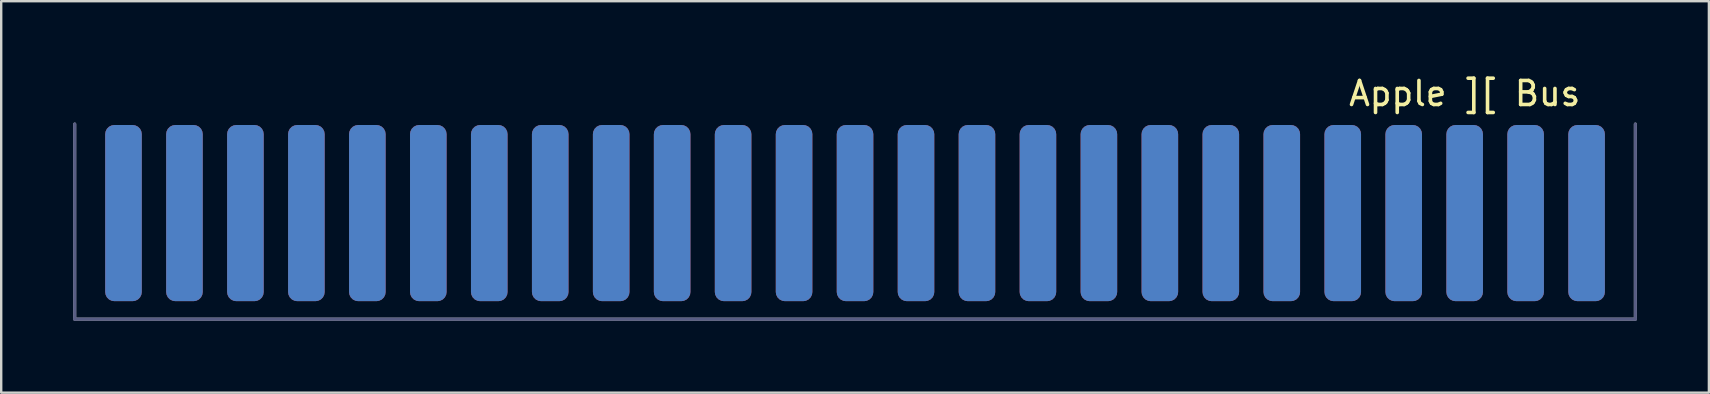
<source format=kicad_pcb>
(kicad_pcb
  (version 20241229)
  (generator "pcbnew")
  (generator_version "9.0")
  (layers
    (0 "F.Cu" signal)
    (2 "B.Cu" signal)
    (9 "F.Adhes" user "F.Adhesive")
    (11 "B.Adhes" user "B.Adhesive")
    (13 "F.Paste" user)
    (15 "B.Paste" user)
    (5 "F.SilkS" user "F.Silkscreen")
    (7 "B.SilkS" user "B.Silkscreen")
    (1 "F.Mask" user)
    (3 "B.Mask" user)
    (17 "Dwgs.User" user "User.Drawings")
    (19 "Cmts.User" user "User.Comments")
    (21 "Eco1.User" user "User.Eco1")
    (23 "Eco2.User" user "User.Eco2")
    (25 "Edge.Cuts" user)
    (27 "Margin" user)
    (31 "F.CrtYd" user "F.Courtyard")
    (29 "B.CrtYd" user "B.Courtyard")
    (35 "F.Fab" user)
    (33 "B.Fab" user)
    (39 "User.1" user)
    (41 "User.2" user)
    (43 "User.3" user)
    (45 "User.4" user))
  (footprint "Apple ][ Bus"
    (layer "F.Cu")
    (at 32.575 5.928)
    (property "Reference" "Apple ][ Bus" (at 25.4 -5.08 0) (layer "F.SilkS") (effects (font (size 1 1) (thickness 0.15))))
    (attr exclude_from_pos_files)
    (fp_line (start -32.512 4.318) (end -32.512 -3.81) (stroke (width 0.127) (type solid)) (layer "B.Fab"))
    (fp_line (start 32.512 -3.81) (end 32.512 4.318) (stroke (width 0.127) (type solid)) (layer "B.Fab"))
    (fp_line (start 32.512 4.318) (end -32.512 4.318) (stroke (width 0.127) (type solid)) (layer "B.Fab"))
    (fp_line (start -32.512 4.318) (end -32.512 -3.81) (stroke (width 0.127) (type solid)) (layer "F.Fab"))
    (fp_line (start 32.512 -3.81) (end 32.512 4.318) (stroke (width 0.127) (type solid)) (layer "F.Fab"))
    (fp_line (start 32.512 4.318) (end -32.512 4.318) (stroke (width 0.127) (type solid)) (layer "F.Fab"))
    (pad "1" smd roundrect (at -30.48 -0.1 180) (size 1.524 7.34) (layers "F.Cu" "F.Mask") (roundrect_rratio 0.25))
    (pad "2" smd roundrect (at -27.94 -0.1 180) (size 1.524 7.34) (layers "F.Cu" "F.Mask") (roundrect_rratio 0.25))
    (pad "3" smd roundrect (at -25.4 -0.1 180) (size 1.524 7.34) (layers "F.Cu" "F.Mask") (roundrect_rratio 0.25))
    (pad "4" smd roundrect (at -22.86 -0.1 180) (size 1.524 7.34) (layers "F.Cu" "F.Mask") (roundrect_rratio 0.25))
    (pad "5" smd roundrect (at -20.32 -0.1 180) (size 1.524 7.34) (layers "F.Cu" "F.Mask") (roundrect_rratio 0.25))
    (pad "6" smd roundrect (at -17.78 -0.1 180) (size 1.524 7.34) (layers "F.Cu" "F.Mask") (roundrect_rratio 0.25))
    (pad "7" smd roundrect (at -15.24 -0.1 180) (size 1.524 7.34) (layers "F.Cu" "F.Mask") (roundrect_rratio 0.25))
    (pad "8" smd roundrect (at -12.7 -0.1 180) (size 1.524 7.34) (layers "F.Cu" "F.Mask") (roundrect_rratio 0.25))
    (pad "9" smd roundrect (at -10.16 -0.1 180) (size 1.524 7.34) (layers "F.Cu" "F.Mask") (roundrect_rratio 0.25))
    (pad "10" smd roundrect (at -7.62 -0.1 180) (size 1.524 7.34) (layers "F.Cu" "F.Mask") (roundrect_rratio 0.25))
    (pad "11" smd roundrect (at -5.08 -0.1 180) (size 1.524 7.34) (layers "F.Cu" "F.Mask") (roundrect_rratio 0.25))
    (pad "12" smd roundrect (at -2.54 -0.1 180) (size 1.524 7.34) (layers "F.Cu" "F.Mask") (roundrect_rratio 0.25))
    (pad "13" smd roundrect (at 0 -0.1 180) (size 1.524 7.34) (layers "F.Cu" "F.Mask") (roundrect_rratio 0.25))
    (pad "14" smd roundrect (at 2.54 -0.1 180) (size 1.524 7.34) (layers "F.Cu" "F.Mask") (roundrect_rratio 0.25))
    (pad "15" smd roundrect (at 5.08 -0.1 180) (size 1.524 7.34) (layers "F.Cu" "F.Mask") (roundrect_rratio 0.25))
    (pad "16" smd roundrect (at 7.62 -0.1 180) (size 1.524 7.34) (layers "F.Cu" "F.Mask") (roundrect_rratio 0.25))
    (pad "17" smd roundrect (at 10.16 -0.1 180) (size 1.524 7.34) (layers "F.Cu" "F.Mask") (roundrect_rratio 0.25))
    (pad "18" smd roundrect (at 12.7 -0.1 180) (size 1.524 7.34) (layers "F.Cu" "F.Mask") (roundrect_rratio 0.25))
    (pad "19" smd roundrect (at 15.24 -0.1 180) (size 1.524 7.34) (layers "F.Cu" "F.Mask") (roundrect_rratio 0.25))
    (pad "20" smd roundrect (at 17.78 -0.1 180) (size 1.524 7.34) (layers "F.Cu" "F.Mask") (roundrect_rratio 0.25))
    (pad "21" smd roundrect (at 20.32 -0.1 180) (size 1.524 7.34) (layers "F.Cu" "F.Mask") (roundrect_rratio 0.25))
    (pad "22" smd roundrect (at 22.86 -0.1 180) (size 1.524 7.34) (layers "F.Cu" "F.Mask") (roundrect_rratio 0.25))
    (pad "23" smd roundrect (at 25.4 -0.1 180) (size 1.524 7.34) (layers "F.Cu" "F.Mask") (roundrect_rratio 0.25))
    (pad "24" smd roundrect (at 27.94 -0.1 180) (size 1.524 7.34) (layers "F.Cu" "F.Mask") (roundrect_rratio 0.25))
    (pad "25" smd roundrect (at 30.48 -0.1 180) (size 1.524 7.34) (layers "F.Cu" "F.Mask") (roundrect_rratio 0.25))
    (pad "26" smd roundrect (at 30.48 -0.1 180) (size 1.524 7.34) (layers "B.Cu" "B.Mask") (roundrect_rratio 0.25))
    (pad "27" smd roundrect (at 27.94 -0.1 180) (size 1.524 7.34) (layers "B.Cu" "B.Mask") (roundrect_rratio 0.25))
    (pad "28" smd roundrect (at 25.4 -0.1 180) (size 1.524 7.34) (layers "B.Cu" "B.Mask") (roundrect_rratio 0.25))
    (pad "29" smd roundrect (at 22.86 -0.1 180) (size 1.524 7.34) (layers "B.Cu" "B.Mask") (roundrect_rratio 0.25))
    (pad "30" smd roundrect (at 20.32 -0.1 180) (size 1.524 7.34) (layers "B.Cu" "B.Mask") (roundrect_rratio 0.25))
    (pad "31" smd roundrect (at 17.78 -0.1 180) (size 1.524 7.34) (layers "B.Cu" "B.Mask") (roundrect_rratio 0.25))
    (pad "32" smd roundrect (at 15.24 -0.1 180) (size 1.524 7.34) (layers "B.Cu" "B.Mask") (roundrect_rratio 0.25))
    (pad "33" smd roundrect (at 12.7 -0.1 180) (size 1.524 7.34) (layers "B.Cu" "B.Mask") (roundrect_rratio 0.25))
    (pad "34" smd roundrect (at 10.16 -0.1 180) (size 1.524 7.34) (layers "B.Cu" "B.Mask") (roundrect_rratio 0.25))
    (pad "35" smd roundrect (at 7.62 -0.1 180) (size 1.524 7.34) (layers "B.Cu" "B.Mask") (roundrect_rratio 0.25))
    (pad "36" smd roundrect (at 5.08 -0.1 180) (size 1.524 7.34) (layers "B.Cu" "B.Mask") (roundrect_rratio 0.25))
    (pad "37" smd roundrect (at 2.54 -0.1 180) (size 1.524 7.34) (layers "B.Cu" "B.Mask") (roundrect_rratio 0.25))
    (pad "38" smd roundrect (at 0 -0.1 180) (size 1.524 7.34) (layers "B.Cu" "B.Mask") (roundrect_rratio 0.25))
    (pad "39" smd roundrect (at -2.54 -0.1 180) (size 1.524 7.34) (layers "B.Cu" "B.Mask") (roundrect_rratio 0.25))
    (pad "40" smd roundrect (at -5.08 -0.1 180) (size 1.524 7.34) (layers "B.Cu" "B.Mask") (roundrect_rratio 0.25))
    (pad "41" smd roundrect (at -7.62 -0.1 180) (size 1.524 7.34) (layers "B.Cu" "B.Mask") (roundrect_rratio 0.25))
    (pad "42" smd roundrect (at -10.16 -0.1 180) (size 1.524 7.34) (layers "B.Cu" "B.Mask") (roundrect_rratio 0.25))
    (pad "43" smd roundrect (at -12.7 -0.1 180) (size 1.524 7.34) (layers "B.Cu" "B.Mask") (roundrect_rratio 0.25))
    (pad "44" smd roundrect (at -15.24 -0.1 180) (size 1.524 7.34) (layers "B.Cu" "B.Mask") (roundrect_rratio 0.25))
    (pad "45" smd roundrect (at -17.78 -0.1 180) (size 1.524 7.34) (layers "B.Cu" "B.Mask") (roundrect_rratio 0.25))
    (pad "46" smd roundrect (at -20.32 -0.1 180) (size 1.524 7.34) (layers "B.Cu" "B.Mask") (roundrect_rratio 0.25))
    (pad "47" smd roundrect (at -22.86 -0.1 180) (size 1.524 7.34) (layers "B.Cu" "B.Mask") (roundrect_rratio 0.25))
    (pad "48" smd roundrect (at -25.4 -0.1 180) (size 1.524 7.34) (layers "B.Cu" "B.Mask") (roundrect_rratio 0.25))
    (pad "49" smd roundrect (at -27.94 -0.1 180) (size 1.524 7.34) (layers "B.Cu" "B.Mask") (roundrect_rratio 0.25))
    (pad "50" smd roundrect (at -30.48 -0.1 180) (size 1.524 7.34) (layers "B.Cu" "B.Mask") (roundrect_rratio 0.25)))
  (gr_rect
    (start -3 -3)
    (end 68.151 13.31)
    (stroke (width 0.1) (type default))
    (fill no)
    (layer "Edge.Cuts")))
</source>
